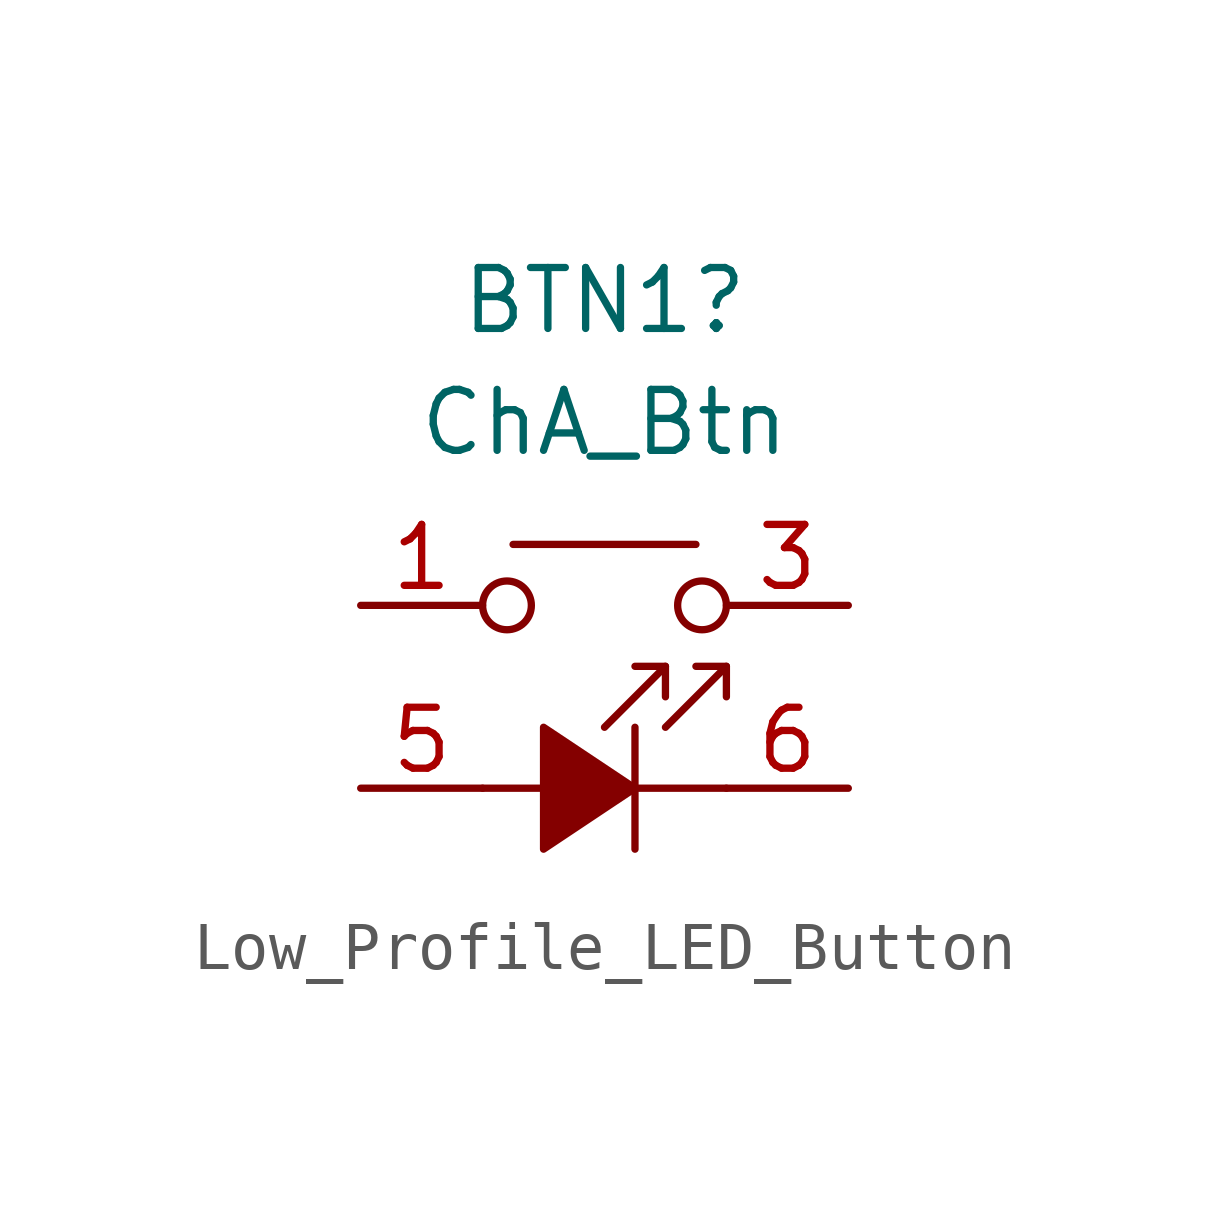
<source format=kicad_sym>
(kicad_symbol_lib
  (version 20231120)
  (generator "kicad_symbol_editor")
  (generator_version "8.0")
  (symbol "Low_Profile_LED_Button"
    (pin_names
      (offset 1.016) hide)
    (property "Reference" "BTN1"
      (at 0 8.89 0)
      (effects (font (size 1.27 1.27))))
    (property "Value" "ChA_Btn"
      (at 0 6.35 0)
      (effects (font (size 1.27 1.27))))
    (symbol "Low_Profile_LED_Button_0_0"
      (polyline (pts (xy 0.635 -2.54) (xy 0.635 0)) (stroke (width 0) (type default)) (fill (type none)))
      (polyline (pts (xy 1.27 1.27) (xy 0 0)) (stroke (width 0) (type default)) (fill (type none)))
      (polyline (pts (xy 2.54 -1.27) (xy -2.54 -1.27)) (stroke (width 0) (type default)) (fill (type none)))
      (polyline (pts (xy 2.54 1.27) (xy 1.27 0)) (stroke (width 0) (type default)) (fill (type none)))
      (polyline (pts (xy 1.27 0.635) (xy 1.27 1.27) (xy 0.635 1.27)) (stroke (width 0) (type default)) (fill (type none)))
      (polyline (pts (xy 2.54 0.635) (xy 2.54 1.27) (xy 1.905 1.27)) (stroke (width 0) (type default)) (fill (type none)))
      (polyline (pts (xy 0.635 -1.27) (xy -1.27 -2.54) (xy -1.27 0) (xy 0.635 -1.27)) (stroke (width 0) (type default)) (fill (type outline))))
    (symbol "Low_Profile_LED_Button_0_1"
      (circle (center -2.032 2.54) (radius 0.508) (stroke (width 0) (type default)) (fill (type none)))
      (polyline (pts (xy -1.905 3.81) (xy 1.905 3.81)) (stroke (width 0) (type default)) (fill (type none)))
      (circle (center 2.032 2.54) (radius 0.508) (stroke (width 0) (type default)) (fill (type none)))
      (pin passive line (at -5.08 2.54 0) (length 2.54) (name "1" (effects (font (size 1.27 1.27)))) (number "1" (effects (font (size 1.27 1.27)))))
      (pin passive line (at -5.08 2.54 0) (length 2.54) hide (name "2" (effects (font (size 1.27 1.27)))) (number "2" (effects (font (size 1.27 1.27)))))
      (pin passive line (at 5.08 2.54 180) (length 2.54) (name "3" (effects (font (size 1.27 1.27)))) (number "3" (effects (font (size 1.27 1.27)))))
      (pin passive line (at 5.08 2.54 180) (length 2.54) hide (name "4" (effects (font (size 1.27 1.27)))) (number "4" (effects (font (size 1.27 1.27)))))
      (pin passive line (at -5.08 -1.27 0) (length 2.54) (name "A" (effects (font (size 1.27 1.27)))) (number "5" (effects (font (size 1.27 1.27)))))
      (pin passive line (at 5.08 -1.27 180) (length 2.54) (name "K" (effects (font (size 1.27 1.27)))) (number "6" (effects (font (size 1.27 1.27))))))))
</source>
